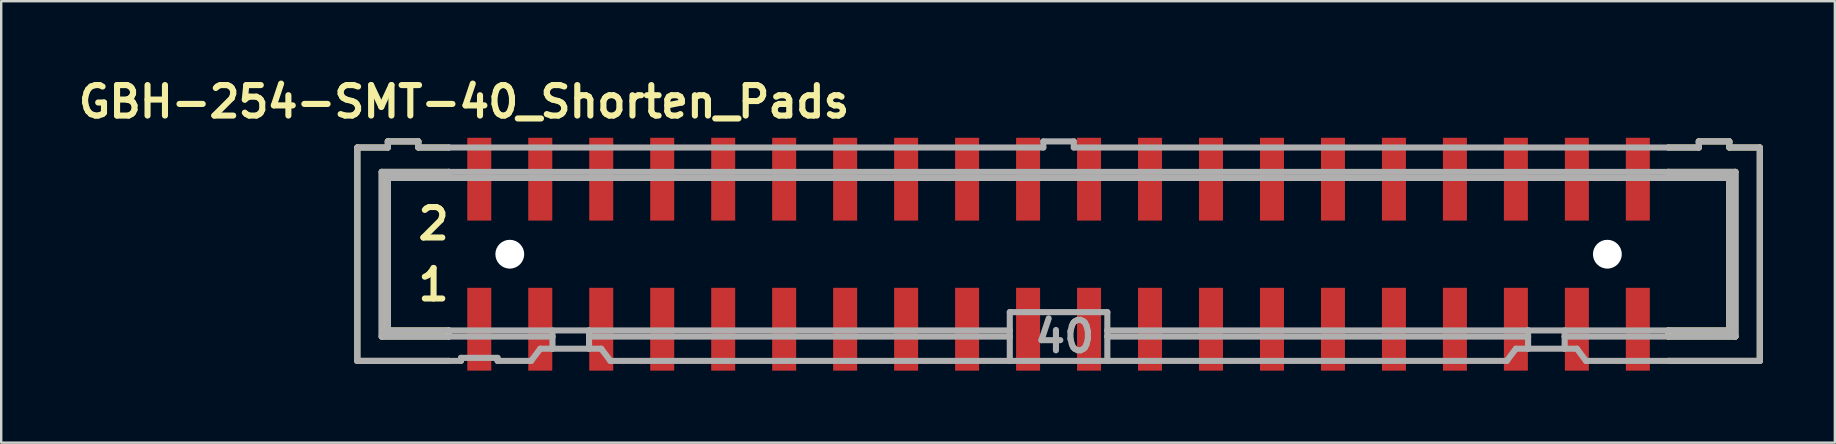
<source format=kicad_pcb>
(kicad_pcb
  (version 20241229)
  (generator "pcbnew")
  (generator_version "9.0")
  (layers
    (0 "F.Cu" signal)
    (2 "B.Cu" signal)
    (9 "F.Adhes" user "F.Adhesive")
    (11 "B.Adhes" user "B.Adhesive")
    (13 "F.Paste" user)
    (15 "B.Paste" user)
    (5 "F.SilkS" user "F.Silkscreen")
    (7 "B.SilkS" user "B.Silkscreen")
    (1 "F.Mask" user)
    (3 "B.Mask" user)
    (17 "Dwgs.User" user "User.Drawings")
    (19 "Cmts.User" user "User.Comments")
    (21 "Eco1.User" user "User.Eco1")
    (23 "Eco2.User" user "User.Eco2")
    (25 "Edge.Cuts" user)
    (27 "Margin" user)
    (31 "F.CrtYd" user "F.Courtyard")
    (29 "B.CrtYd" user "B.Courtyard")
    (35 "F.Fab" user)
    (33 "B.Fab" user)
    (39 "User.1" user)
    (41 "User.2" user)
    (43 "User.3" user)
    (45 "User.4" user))
  (footprint "GBH-254-SMT-40_Shorten_Pads"
    (layer "F.Cu")
    (at 41.045 7.539)
    (property "Reference" "GBH-254-SMT-40_Shorten_Pads" (at -24.765 -6.35 0) (layer "F.SilkS") (effects (font (size 1.27 1.27) (thickness 0.254))))
    (attr smd)
    (fp_line (start -29.21 -4.445) (end -29.21 4.445) (stroke (width 0.254) (type solid)) (layer "F.SilkS"))
    (fp_line (start -29.21 -4.445) (end -27.94 -4.445) (stroke (width 0.254) (type solid)) (layer "F.SilkS"))
    (fp_line (start -29.21 4.445) (end -25.4 4.445) (stroke (width 0.254) (type solid)) (layer "F.SilkS"))
    (fp_line (start -28.194 -3.429) (end -28.194 3.429) (stroke (width 0.254) (type solid)) (layer "F.SilkS"))
    (fp_line (start -28.194 3.429) (end -25.4 3.429) (stroke (width 0.254) (type solid)) (layer "F.SilkS"))
    (fp_line (start -28.1 -3.3) (end -27.7 -3.3) (stroke (width 0.254) (type solid)) (layer "F.SilkS"))
    (fp_line (start -28.1 3.3) (end -27.7 3.3) (stroke (width 0.254) (type solid)) (layer "F.SilkS"))
    (fp_line (start -27.94 -4.699) (end -27.94 -4.445) (stroke (width 0.254) (type solid)) (layer "F.SilkS"))
    (fp_line (start -27.94 -3.175) (end -27.94 3.175) (stroke (width 0.254) (type solid)) (layer "F.SilkS"))
    (fp_line (start -27.94 -3.175) (end -25.4 -3.175) (stroke (width 0.254) (type solid)) (layer "F.SilkS"))
    (fp_line (start -26.67 -4.699) (end -27.94 -4.699) (stroke (width 0.254) (type solid)) (layer "F.SilkS"))
    (fp_line (start -26.67 -4.699) (end -26.67 -4.445) (stroke (width 0.254) (type solid)) (layer "F.SilkS"))
    (fp_line (start -26.67 -4.445) (end -25.4 -4.445) (stroke (width 0.254) (type solid)) (layer "F.SilkS"))
    (fp_line (start -25.4 -3.429) (end -28.194 -3.429) (stroke (width 0.254) (type solid)) (layer "F.SilkS"))
    (fp_line (start -25.4 -3.429) (end -25.4 -3.175) (stroke (width 0.254) (type solid)) (layer "F.SilkS"))
    (fp_line (start -25.4 3.175) (end -27.94 3.175) (stroke (width 0.254) (type solid)) (layer "F.SilkS"))
    (fp_line (start -25.4 3.175) (end -25.4 3.429) (stroke (width 0.254) (type solid)) (layer "F.SilkS"))
    (fp_line (start 25.4 -4.445) (end 26.67 -4.445) (stroke (width 0.254) (type solid)) (layer "F.SilkS"))
    (fp_line (start 25.4 -3.429) (end 25.4 -3.175) (stroke (width 0.254) (type solid)) (layer "F.SilkS"))
    (fp_line (start 25.4 -3.175) (end 27.94 -3.175) (stroke (width 0.254) (type solid)) (layer "F.SilkS"))
    (fp_line (start 25.4 3.175) (end 25.4 3.429) (stroke (width 0.254) (type solid)) (layer "F.SilkS"))
    (fp_line (start 25.4 3.429) (end 28.194 3.429) (stroke (width 0.254) (type solid)) (layer "F.SilkS"))
    (fp_line (start 26.67 -4.445) (end 26.67 -4.699) (stroke (width 0.254) (type solid)) (layer "F.SilkS"))
    (fp_line (start 27.7 -3.3) (end 28.1 -3.3) (stroke (width 0.254) (type solid)) (layer "F.SilkS"))
    (fp_line (start 27.7 3.3) (end 28.1 3.3) (stroke (width 0.254) (type solid)) (layer "F.SilkS"))
    (fp_line (start 27.94 -4.699) (end 26.67 -4.699) (stroke (width 0.254) (type solid)) (layer "F.SilkS"))
    (fp_line (start 27.94 -4.445) (end 27.94 -4.699) (stroke (width 0.254) (type solid)) (layer "F.SilkS"))
    (fp_line (start 27.94 -4.445) (end 29.21 -4.445) (stroke (width 0.254) (type solid)) (layer "F.SilkS"))
    (fp_line (start 27.94 3.175) (end 25.4 3.175) (stroke (width 0.254) (type solid)) (layer "F.SilkS"))
    (fp_line (start 27.94 3.175) (end 27.94 -3.175) (stroke (width 0.254) (type solid)) (layer "F.SilkS"))
    (fp_line (start 28.194 -3.429) (end 25.4 -3.429) (stroke (width 0.254) (type solid)) (layer "F.SilkS"))
    (fp_line (start 28.194 3.429) (end 28.194 -3.429) (stroke (width 0.254) (type solid)) (layer "F.SilkS"))
    (fp_line (start 29.21 4.445) (end 25.4 4.445) (stroke (width 0.254) (type solid)) (layer "F.SilkS"))
    (fp_line (start 29.21 4.445) (end 29.21 -4.445) (stroke (width 0.254) (type solid)) (layer "F.SilkS"))
    (fp_line (start -29.21 -4.445) (end -29.21 4.445) (stroke (width 0.254) (type solid)) (layer "F.Fab"))
    (fp_line (start -29.21 -4.445) (end -27.94 -4.445) (stroke (width 0.254) (type solid)) (layer "F.Fab"))
    (fp_line (start -29.21 4.445) (end -25.4 4.445) (stroke (width 0.254) (type solid)) (layer "F.Fab"))
    (fp_line (start -28.194 -3.429) (end -28.194 3.429) (stroke (width 0.254) (type solid)) (layer "F.Fab"))
    (fp_line (start -28.194 3.429) (end -25.4 3.429) (stroke (width 0.254) (type solid)) (layer "F.Fab"))
    (fp_line (start -28.1 -3.3) (end -27.7 -3.3) (stroke (width 0.254) (type solid)) (layer "F.Fab"))
    (fp_line (start -28.1 3.3) (end -27.7 3.3) (stroke (width 0.254) (type solid)) (layer "F.Fab"))
    (fp_line (start -27.94 -4.699) (end -27.94 -4.445) (stroke (width 0.254) (type solid)) (layer "F.Fab"))
    (fp_line (start -27.94 -3.175) (end -27.94 3.175) (stroke (width 0.254) (type solid)) (layer "F.Fab"))
    (fp_line (start -27.94 -3.175) (end -25.4 -3.175) (stroke (width 0.254) (type solid)) (layer "F.Fab"))
    (fp_line (start -26.67 -4.699) (end -27.94 -4.699) (stroke (width 0.254) (type solid)) (layer "F.Fab"))
    (fp_line (start -26.67 -4.699) (end -26.67 -4.445) (stroke (width 0.254) (type solid)) (layer "F.Fab"))
    (fp_line (start -26.67 -4.445) (end -25.4 -4.445) (stroke (width 0.254) (type solid)) (layer "F.Fab"))
    (fp_line (start -25.4 -4.445) (end -0.635 -4.445) (stroke (width 0.254) (type solid)) (layer "F.Fab"))
    (fp_line (start -25.4 -3.429) (end -28.194 -3.429) (stroke (width 0.254) (type solid)) (layer "F.Fab"))
    (fp_line (start -25.4 -3.175) (end 25.4 -3.175) (stroke (width 0.254) (type solid)) (layer "F.Fab"))
    (fp_line (start -25.4 3.175) (end -27.94 3.175) (stroke (width 0.254) (type solid)) (layer "F.Fab"))
    (fp_line (start -25.4 3.429) (end -21.082 3.429) (stroke (width 0.254) (type solid)) (layer "F.Fab"))
    (fp_line (start -25.4 4.445) (end -24.892 4.445) (stroke (width 0.254) (type solid)) (layer "F.Fab"))
    (fp_line (start -24.892 4.318) (end -24.892 4.445) (stroke (width 0.254) (type solid)) (layer "F.Fab"))
    (fp_line (start -24.892 4.318) (end -23.368 4.318) (stroke (width 0.254) (type solid)) (layer "F.Fab"))
    (fp_line (start -23.368 4.445) (end -23.368 4.318) (stroke (width 0.254) (type solid)) (layer "F.Fab"))
    (fp_line (start -23.368 4.445) (end -21.971 4.445) (stroke (width 0.254) (type solid)) (layer "F.Fab"))
    (fp_line (start -21.971 4.445) (end -21.59 3.937) (stroke (width 0.254) (type solid)) (layer "F.Fab"))
    (fp_line (start -21.082 3.175) (end -21.082 3.429) (stroke (width 0.254) (type solid)) (layer "F.Fab"))
    (fp_line (start -21.082 3.429) (end -21.082 3.937) (stroke (width 0.254) (type solid)) (layer "F.Fab"))
    (fp_line (start -21.082 3.937) (end -21.59 3.937) (stroke (width 0.254) (type solid)) (layer "F.Fab"))
    (fp_line (start -19.558 3.175) (end -25.4 3.175) (stroke (width 0.254) (type solid)) (layer "F.Fab"))
    (fp_line (start -19.558 3.175) (end -19.558 3.429) (stroke (width 0.254) (type solid)) (layer "F.Fab"))
    (fp_line (start -19.558 3.429) (end -19.558 3.937) (stroke (width 0.254) (type solid)) (layer "F.Fab"))
    (fp_line (start -19.558 3.429) (end -2.032 3.429) (stroke (width 0.254) (type solid)) (layer "F.Fab"))
    (fp_line (start -19.558 3.937) (end -21.082 3.937) (stroke (width 0.254) (type solid)) (layer "F.Fab"))
    (fp_line (start -19.05 3.937) (end -19.558 3.937) (stroke (width 0.254) (type solid)) (layer "F.Fab"))
    (fp_line (start -19.05 3.937) (end -18.669 4.445) (stroke (width 0.254) (type solid)) (layer "F.Fab"))
    (fp_line (start -18.669 4.445) (end -2.032 4.445) (stroke (width 0.254) (type solid)) (layer "F.Fab"))
    (fp_line (start -2.032 3.175) (end -19.558 3.175) (stroke (width 0.254) (type solid)) (layer "F.Fab"))
    (fp_line (start -2.032 3.175) (end -2.032 2.413) (stroke (width 0.254) (type solid)) (layer "F.Fab"))
    (fp_line (start -2.032 3.175) (end -2.032 3.429) (stroke (width 0.254) (type solid)) (layer "F.Fab"))
    (fp_line (start -2.032 3.429) (end -2.032 4.445) (stroke (width 0.254) (type solid)) (layer "F.Fab"))
    (fp_line (start -0.635 -4.699) (end -0.635 -4.445) (stroke (width 0.254) (type solid)) (layer "F.Fab"))
    (fp_line (start 0.635 -4.699) (end -0.635 -4.699) (stroke (width 0.254) (type solid)) (layer "F.Fab"))
    (fp_line (start 0.635 -4.699) (end 0.635 -4.445) (stroke (width 0.254) (type solid)) (layer "F.Fab"))
    (fp_line (start 0.635 -4.445) (end 25.4 -4.445) (stroke (width 0.254) (type solid)) (layer "F.Fab"))
    (fp_line (start 2.032 2.413) (end -2.032 2.413) (stroke (width 0.254) (type solid)) (layer "F.Fab"))
    (fp_line (start 2.032 2.413) (end 2.032 3.175) (stroke (width 0.254) (type solid)) (layer "F.Fab"))
    (fp_line (start 2.032 3.175) (end 2.032 3.429) (stroke (width 0.254) (type solid)) (layer "F.Fab"))
    (fp_line (start 2.032 3.429) (end 2.032 4.445) (stroke (width 0.254) (type solid)) (layer "F.Fab"))
    (fp_line (start 2.032 4.445) (end -2.032 4.445) (stroke (width 0.254) (type solid)) (layer "F.Fab"))
    (fp_line (start 18.669 4.445) (end 2.032 4.445) (stroke (width 0.254) (type solid)) (layer "F.Fab"))
    (fp_line (start 18.669 4.445) (end 19.05 3.937) (stroke (width 0.254) (type solid)) (layer "F.Fab"))
    (fp_line (start 19.558 3.175) (end 2.032 3.175) (stroke (width 0.254) (type solid)) (layer "F.Fab"))
    (fp_line (start 19.558 3.175) (end 19.558 3.429) (stroke (width 0.254) (type solid)) (layer "F.Fab"))
    (fp_line (start 19.558 3.429) (end 2.032 3.429) (stroke (width 0.254) (type solid)) (layer "F.Fab"))
    (fp_line (start 19.558 3.429) (end 19.558 3.937) (stroke (width 0.254) (type solid)) (layer "F.Fab"))
    (fp_line (start 19.558 3.937) (end 19.05 3.937) (stroke (width 0.254) (type solid)) (layer "F.Fab"))
    (fp_line (start 21.082 3.175) (end 21.082 3.429) (stroke (width 0.254) (type solid)) (layer "F.Fab"))
    (fp_line (start 21.082 3.429) (end 21.082 3.937) (stroke (width 0.254) (type solid)) (layer "F.Fab"))
    (fp_line (start 21.082 3.429) (end 25.4 3.429) (stroke (width 0.254) (type solid)) (layer "F.Fab"))
    (fp_line (start 21.082 3.937) (end 19.558 3.937) (stroke (width 0.254) (type solid)) (layer "F.Fab"))
    (fp_line (start 21.59 3.937) (end 21.082 3.937) (stroke (width 0.254) (type solid)) (layer "F.Fab"))
    (fp_line (start 21.59 3.937) (end 21.971 4.445) (stroke (width 0.254) (type solid)) (layer "F.Fab"))
    (fp_line (start 25.4 -4.445) (end 26.67 -4.445) (stroke (width 0.254) (type solid)) (layer "F.Fab"))
    (fp_line (start 25.4 -3.429) (end -25.4 -3.429) (stroke (width 0.254) (type solid)) (layer "F.Fab"))
    (fp_line (start 25.4 -3.175) (end 27.94 -3.175) (stroke (width 0.254) (type solid)) (layer "F.Fab"))
    (fp_line (start 25.4 3.175) (end 19.558 3.175) (stroke (width 0.254) (type solid)) (layer "F.Fab"))
    (fp_line (start 25.4 3.429) (end 28.194 3.429) (stroke (width 0.254) (type solid)) (layer "F.Fab"))
    (fp_line (start 25.4 4.445) (end 21.971 4.445) (stroke (width 0.254) (type solid)) (layer "F.Fab"))
    (fp_line (start 26.67 -4.445) (end 26.67 -4.699) (stroke (width 0.254) (type solid)) (layer "F.Fab"))
    (fp_line (start 27.7 -3.3) (end 28.1 -3.3) (stroke (width 0.254) (type solid)) (layer "F.Fab"))
    (fp_line (start 27.7 3.3) (end 28.1 3.3) (stroke (width 0.254) (type solid)) (layer "F.Fab"))
    (fp_line (start 27.94 -4.699) (end 26.67 -4.699) (stroke (width 0.254) (type solid)) (layer "F.Fab"))
    (fp_line (start 27.94 -4.445) (end 27.94 -4.699) (stroke (width 0.254) (type solid)) (layer "F.Fab"))
    (fp_line (start 27.94 -4.445) (end 29.21 -4.445) (stroke (width 0.254) (type solid)) (layer "F.Fab"))
    (fp_line (start 27.94 3.175) (end 25.4 3.175) (stroke (width 0.254) (type solid)) (layer "F.Fab"))
    (fp_line (start 27.94 3.175) (end 27.94 -3.175) (stroke (width 0.254) (type solid)) (layer "F.Fab"))
    (fp_line (start 28.194 -3.429) (end 25.4 -3.429) (stroke (width 0.254) (type solid)) (layer "F.Fab"))
    (fp_line (start 28.194 3.429) (end 28.194 -3.429) (stroke (width 0.254) (type solid)) (layer "F.Fab"))
    (fp_line (start 29.21 4.445) (end 25.4 4.445) (stroke (width 0.254) (type solid)) (layer "F.Fab"))
    (fp_line (start 29.21 4.445) (end 29.21 -4.445) (stroke (width 0.254) (type solid)) (layer "F.Fab"))
    (fp_text user "1" (at -26.035 1.27 0) (layer "F.SilkS") (effects (font (size 1.27 1.27) (thickness 0.254))))
    (fp_text user "2" (at -26.035 -1.27 0) (layer "F.SilkS") (effects (font (size 1.27 1.27) (thickness 0.254))))
    (fp_text user "40" (at 0.254 3.429 0) (layer "F.Fab") (effects (font (size 1.27 1.27) (thickness 0.254))))
    (pad "" smd rect (at -24.13 -3.125) (size 1.7 3.45) (layers "F.Paste"))
    (pad "" smd rect (at -24.13 3.125) (size 1.7 3.45) (layers "F.Paste"))
    (pad "" np_thru_hole circle (at -22.86 0) (size 1.2 1.2) (drill 1.2) (layers "*.Cu" "*.Mask"))
    (pad "" smd rect (at -21.59 -3.125) (size 1.7 3.45) (layers "F.Paste"))
    (pad "" smd rect (at -21.59 3.125) (size 1.7 3.45) (layers "F.Paste"))
    (pad "" smd rect (at -19.05 -3.125) (size 1.7 3.45) (layers "F.Paste"))
    (pad "" smd rect (at -19.05 3.125) (size 1.7 3.45) (layers "F.Paste"))
    (pad "" smd rect (at -16.51 -3.125) (size 1.7 3.45) (layers "F.Paste"))
    (pad "" smd rect (at -16.51 3.125) (size 1.7 3.45) (layers "F.Paste"))
    (pad "" smd rect (at -13.97 -3.125) (size 1.7 3.45) (layers "F.Paste"))
    (pad "" smd rect (at -13.97 3.125) (size 1.7 3.45) (layers "F.Paste"))
    (pad "" smd rect (at -11.43 -3.125) (size 1.7 3.45) (layers "F.Paste"))
    (pad "" smd rect (at -11.43 3.125) (size 1.7 3.45) (layers "F.Paste"))
    (pad "" smd rect (at -8.89 -3.125) (size 1.7 3.45) (layers "F.Paste"))
    (pad "" smd rect (at -8.89 3.125) (size 1.7 3.45) (layers "F.Paste"))
    (pad "" smd rect (at -6.35 -3.125) (size 1.7 3.45) (layers "F.Paste"))
    (pad "" smd rect (at -6.35 3.125) (size 1.7 3.45) (layers "F.Paste"))
    (pad "" smd rect (at -3.81 -3.125) (size 1.7 3.45) (layers "F.Paste"))
    (pad "" smd rect (at -3.81 3.125) (size 1.7 3.45) (layers "F.Paste"))
    (pad "" smd rect (at -1.27 -3.125) (size 1.7 3.45) (layers "F.Paste"))
    (pad "" smd rect (at -1.27 3.125) (size 1.7 3.45) (layers "F.Paste"))
    (pad "" smd rect (at 1.27 -3.125) (size 1.7 3.45) (layers "F.Paste"))
    (pad "" smd rect (at 1.27 3.125) (size 1.7 3.45) (layers "F.Paste"))
    (pad "" smd rect (at 3.81 -3.125) (size 1.7 3.45) (layers "F.Paste"))
    (pad "" smd rect (at 3.81 3.125) (size 1.7 3.45) (layers "F.Paste"))
    (pad "" smd rect (at 6.35 -3.125) (size 1.7 3.45) (layers "F.Paste"))
    (pad "" smd rect (at 6.35 3.125) (size 1.7 3.45) (layers "F.Paste"))
    (pad "" smd rect (at 8.89 -3.125) (size 1.7 3.45) (layers "F.Paste"))
    (pad "" smd rect (at 8.89 3.125) (size 1.7 3.45) (layers "F.Paste"))
    (pad "" smd rect (at 11.43 -3.125) (size 1.7 3.45) (layers "F.Paste"))
    (pad "" smd rect (at 11.43 3.125) (size 1.7 3.45) (layers "F.Paste"))
    (pad "" smd rect (at 13.97 -3.125) (size 1.7 3.45) (layers "F.Paste"))
    (pad "" smd rect (at 13.97 3.125) (size 1.7 3.45) (layers "F.Paste"))
    (pad "" smd rect (at 16.51 -3.125) (size 1.7 3.45) (layers "F.Paste"))
    (pad "" smd rect (at 16.51 3.125) (size 1.7 3.45) (layers "F.Paste"))
    (pad "" smd rect (at 19.05 -3.125) (size 1.7 3.45) (layers "F.Paste"))
    (pad "" smd rect (at 19.05 3.125) (size 1.7 3.45) (layers "F.Paste"))
    (pad "" smd rect (at 21.59 -3.125) (size 1.7 3.45) (layers "F.Paste"))
    (pad "" smd rect (at 21.59 3.125) (size 1.7 3.45) (layers "F.Paste"))
    (pad "" np_thru_hole circle (at 22.86 0) (size 1.2 1.2) (drill 1.2) (layers "*.Cu" "*.Mask"))
    (pad "" smd rect (at 24.13 -3.125) (size 1.7 3.45) (layers "F.Paste"))
    (pad "" smd rect (at 24.13 3.125) (size 1.7 3.45) (layers "F.Paste"))
    (pad "1" smd rect (at -24.13 3.125 90) (size 3.45 1) (layers "F.Cu" "F.Mask"))
    (pad "2" smd rect (at -24.13 -3.125 90) (size 3.45 1) (layers "F.Cu" "F.Mask"))
    (pad "3" smd rect (at -21.59 3.125 90) (size 3.45 1) (layers "F.Cu" "F.Mask"))
    (pad "4" smd rect (at -21.59 -3.125 90) (size 3.45 1) (layers "F.Cu" "F.Mask"))
    (pad "5" smd rect (at -19.05 3.125 90) (size 3.45 1) (layers "F.Cu" "F.Mask"))
    (pad "6" smd rect (at -19.05 -3.125 90) (size 3.45 1) (layers "F.Cu" "F.Mask"))
    (pad "7" smd rect (at -16.51 3.125 90) (size 3.45 1) (layers "F.Cu" "F.Mask"))
    (pad "8" smd rect (at -16.51 -3.125 90) (size 3.45 1) (layers "F.Cu" "F.Mask"))
    (pad "9" smd rect (at -13.97 3.125 90) (size 3.45 1) (layers "F.Cu" "F.Mask"))
    (pad "10" smd rect (at -13.97 -3.125 90) (size 3.45 1) (layers "F.Cu" "F.Mask"))
    (pad "11" smd rect (at -11.43 3.125 90) (size 3.45 1) (layers "F.Cu" "F.Mask"))
    (pad "12" smd rect (at -11.43 -3.125 90) (size 3.45 1) (layers "F.Cu" "F.Mask"))
    (pad "13" smd rect (at -8.89 3.125 90) (size 3.45 1) (layers "F.Cu" "F.Mask"))
    (pad "14" smd rect (at -8.89 -3.125 90) (size 3.45 1) (layers "F.Cu" "F.Mask"))
    (pad "15" smd rect (at -6.35 3.125 90) (size 3.45 1) (layers "F.Cu" "F.Mask"))
    (pad "16" smd rect (at -6.35 -3.125 90) (size 3.45 1) (layers "F.Cu" "F.Mask"))
    (pad "17" smd rect (at -3.81 3.125 90) (size 3.45 1) (layers "F.Cu" "F.Mask"))
    (pad "18" smd rect (at -3.81 -3.125 90) (size 3.45 1) (layers "F.Cu" "F.Mask"))
    (pad "19" smd rect (at -1.27 3.125 90) (size 3.45 1) (layers "F.Cu" "F.Mask"))
    (pad "20" smd rect (at -1.27 -3.125 90) (size 3.45 1) (layers "F.Cu" "F.Mask"))
    (pad "21" smd rect (at 1.27 3.125 270) (size 3.45 1) (layers "F.Cu" "F.Mask"))
    (pad "22" smd rect (at 1.27 -3.125 90) (size 3.45 1) (layers "F.Cu" "F.Mask"))
    (pad "23" smd rect (at 3.81 3.125 270) (size 3.45 1) (layers "F.Cu" "F.Mask"))
    (pad "24" smd rect (at 3.81 -3.125 90) (size 3.45 1) (layers "F.Cu" "F.Mask"))
    (pad "25" smd rect (at 6.35 3.125 270) (size 3.45 1) (layers "F.Cu" "F.Mask"))
    (pad "26" smd rect (at 6.35 -3.125 90) (size 3.45 1) (layers "F.Cu" "F.Mask"))
    (pad "27" smd rect (at 8.89 3.125 270) (size 3.45 1) (layers "F.Cu" "F.Mask"))
    (pad "28" smd rect (at 8.89 -3.125 90) (size 3.45 1) (layers "F.Cu" "F.Mask"))
    (pad "29" smd rect (at 11.43 3.125 270) (size 3.45 1) (layers "F.Cu" "F.Mask"))
    (pad "30" smd rect (at 11.43 -3.125 90) (size 3.45 1) (layers "F.Cu" "F.Mask"))
    (pad "31" smd rect (at 13.97 3.125 270) (size 3.45 1) (layers "F.Cu" "F.Mask"))
    (pad "32" smd rect (at 13.97 -3.125 90) (size 3.45 1) (layers "F.Cu" "F.Mask"))
    (pad "33" smd rect (at 16.51 3.125 270) (size 3.45 1) (layers "F.Cu" "F.Mask"))
    (pad "34" smd rect (at 16.51 -3.125 90) (size 3.45 1) (layers "F.Cu" "F.Mask"))
    (pad "35" smd rect (at 19.05 3.125 270) (size 3.45 1) (layers "F.Cu" "F.Mask"))
    (pad "36" smd rect (at 19.05 -3.125 90) (size 3.45 1) (layers "F.Cu" "F.Mask"))
    (pad "37" smd rect (at 21.59 3.125 270) (size 3.45 1) (layers "F.Cu" "F.Mask"))
    (pad "38" smd rect (at 21.59 -3.125 90) (size 3.45 1) (layers "F.Cu" "F.Mask"))
    (pad "39" smd rect (at 24.13 3.125 270) (size 3.45 1) (layers "F.Cu" "F.Mask"))
    (pad "40" smd rect (at 24.13 -3.125 90) (size 3.45 1) (layers "F.Cu" "F.Mask")))
  (gr_rect
    (start -3 -3)
    (end 73.382 15.389)
    (stroke (width 0.1) (type default))
    (fill no)
    (layer "Edge.Cuts")))
</source>
